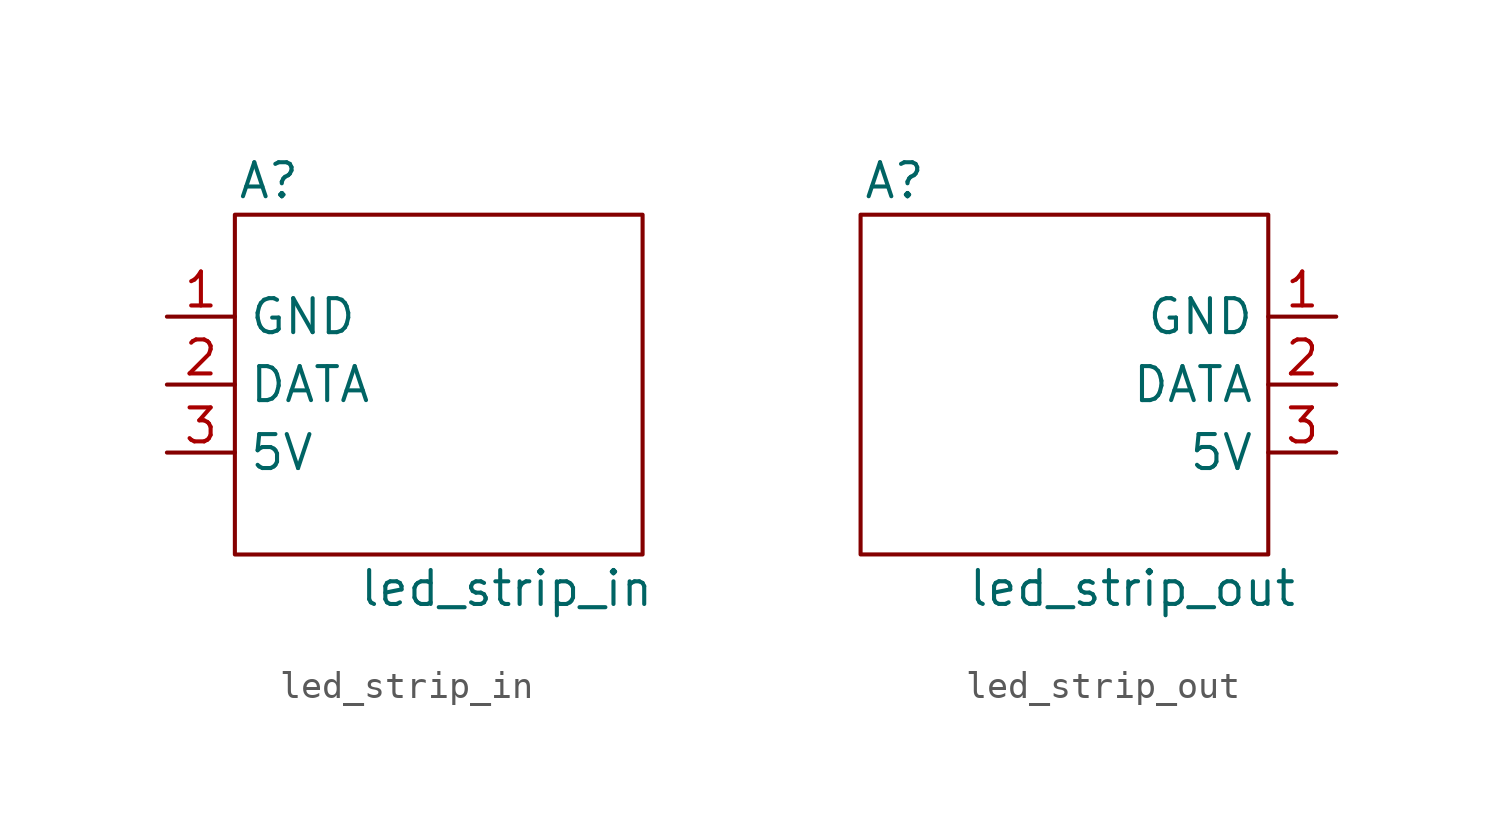
<source format=kicad_sym>
(kicad_symbol_lib
  (version 20220914)
  (generator kicad_symbol_editor)
  (symbol "led_strip_in"
    (property "Reference" "A"
      (at -6.35 7.62 0)
      (effects (font (size 1.27 1.27))))
    (property "Value" "led_strip_in"
      (at 2.54 -7.62 0)
      (effects (font (size 1.27 1.27))))
    (symbol "led_strip_in_0_1"
      (rectangle (start -7.62 6.35) (end 7.62 -6.35) (stroke (width 0) (type default)) (fill (type none))))
    (symbol "led_strip_in_1_1"
      (pin input line (at -10.16 2.54 0) (length 2.54) (name "GND" (effects (font (size 1.27 1.27)))) (number "1" (effects (font (size 1.27 1.27)))))
      (pin input line (at -10.16 0 0) (length 2.54) (name "DATA" (effects (font (size 1.27 1.27)))) (number "2" (effects (font (size 1.27 1.27)))))
      (pin input line (at -10.16 -2.54 0) (length 2.54) (name "5V" (effects (font (size 1.27 1.27)))) (number "3" (effects (font (size 1.27 1.27)))))))
  (symbol "led_strip_out"
    (property "Reference" "A"
      (at -6.35 7.62 0)
      (effects (font (size 1.27 1.27))))
    (property "Value" "led_strip_out"
      (at 2.54 -7.62 0)
      (effects (font (size 1.27 1.27))))
    (symbol "led_strip_out_0_1"
      (rectangle (start -7.62 6.35) (end 7.62 -6.35) (stroke (width 0) (type default)) (fill (type none))))
    (symbol "led_strip_out_1_1"
      (pin input line (at 10.16 2.54 180) (length 2.54) (name "GND" (effects (font (size 1.27 1.27)))) (number "1" (effects (font (size 1.27 1.27)))))
      (pin input line (at 10.16 0 180) (length 2.54) (name "DATA" (effects (font (size 1.27 1.27)))) (number "2" (effects (font (size 1.27 1.27)))))
      (pin input line (at 10.16 -2.54 180) (length 2.54) (name "5V" (effects (font (size 1.27 1.27)))) (number "3" (effects (font (size 1.27 1.27))))))))
</source>
